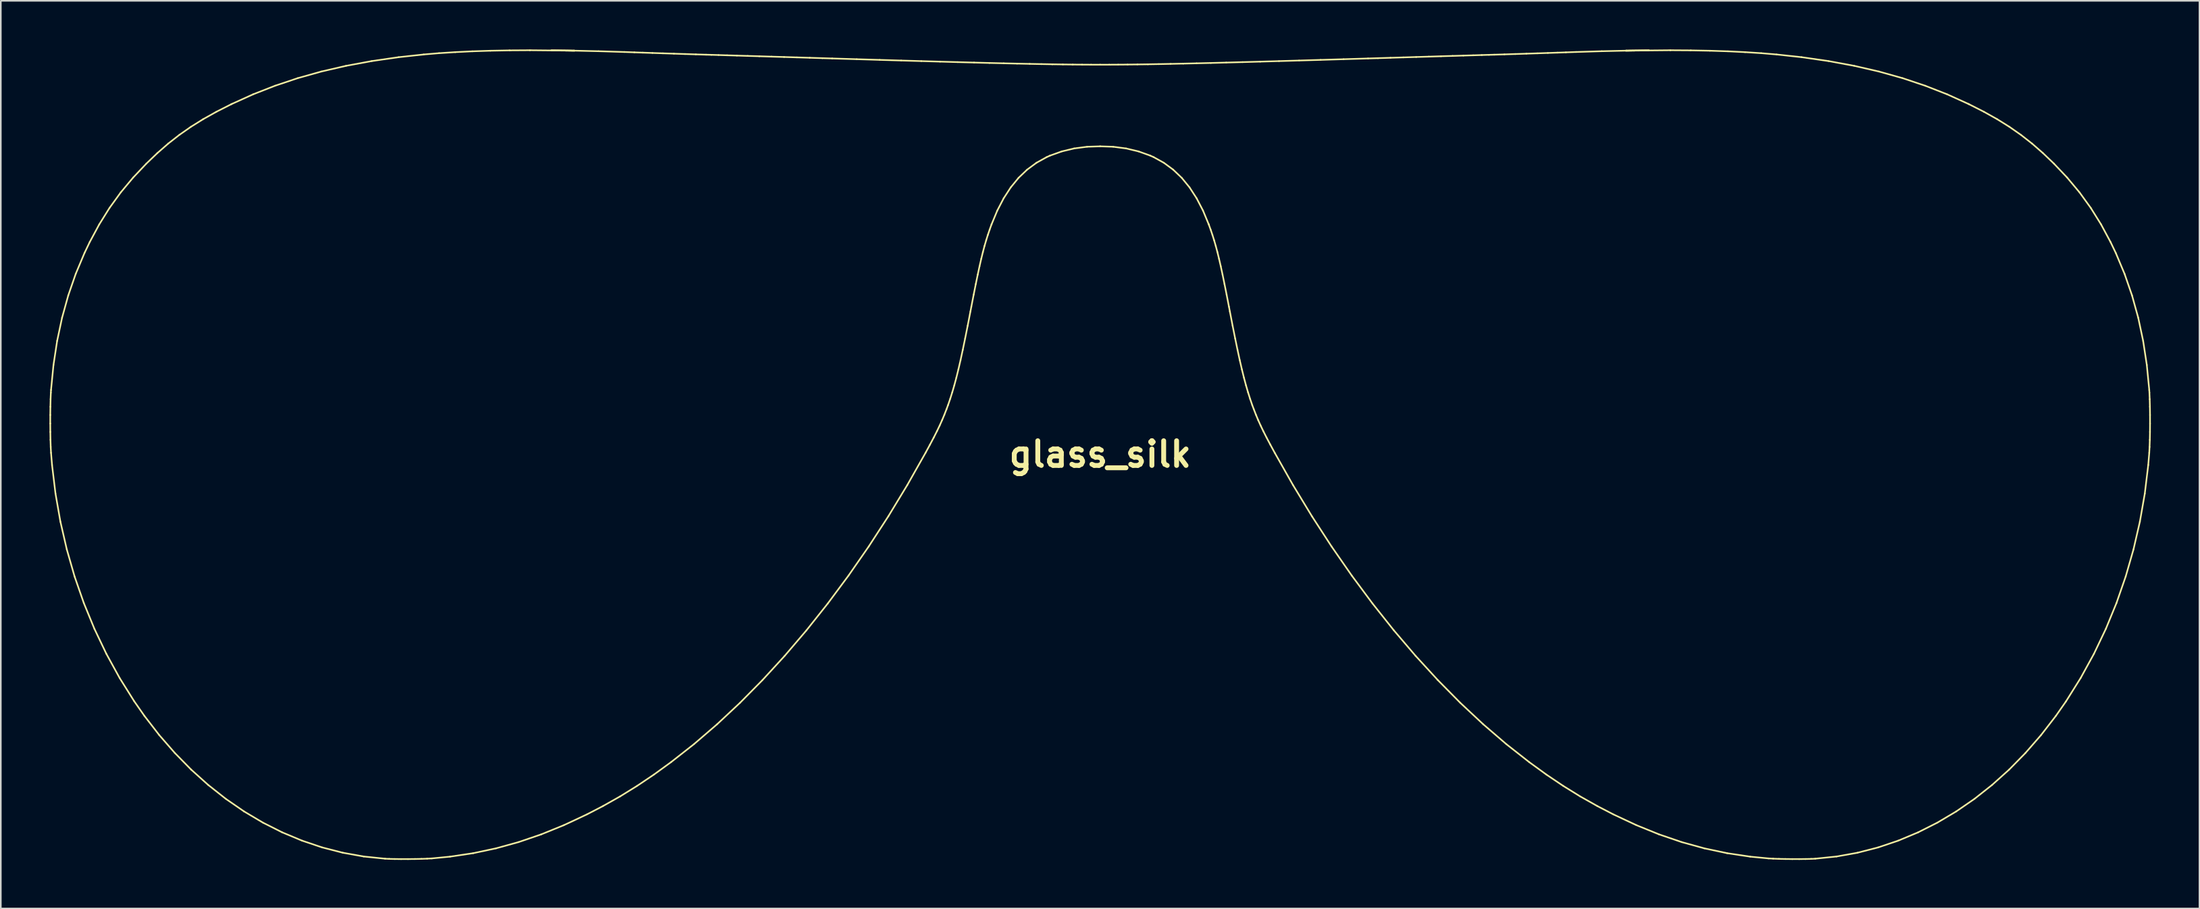
<source format=kicad_pcb>
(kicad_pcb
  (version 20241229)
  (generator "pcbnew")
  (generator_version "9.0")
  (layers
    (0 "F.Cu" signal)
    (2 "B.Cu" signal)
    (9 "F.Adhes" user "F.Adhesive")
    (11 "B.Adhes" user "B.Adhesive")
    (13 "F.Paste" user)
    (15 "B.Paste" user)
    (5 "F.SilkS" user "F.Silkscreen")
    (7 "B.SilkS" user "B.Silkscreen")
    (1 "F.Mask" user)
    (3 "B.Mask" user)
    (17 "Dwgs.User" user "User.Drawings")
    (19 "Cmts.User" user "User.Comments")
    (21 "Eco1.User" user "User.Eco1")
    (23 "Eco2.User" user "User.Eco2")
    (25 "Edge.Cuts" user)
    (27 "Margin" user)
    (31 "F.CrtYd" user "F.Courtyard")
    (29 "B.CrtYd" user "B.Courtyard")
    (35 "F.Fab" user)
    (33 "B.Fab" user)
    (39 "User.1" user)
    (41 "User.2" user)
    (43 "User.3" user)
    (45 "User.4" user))
  (footprint "glass_silk"
    (layer "F.Cu")
    (at 64.815 5.978)
    (property "Reference" "glass_silk" (at 0 19 0) (layer "F.SilkS") (effects (font (size 1.524 1.524) (thickness 0.3))))
    (attr through_hole)
    (fp_line (start -64.765 17.101) (end -64.764 16.576) (stroke (width 0.1) (type solid)) (layer "F.SilkS"))
    (fp_line (start -64.764 16.576) (end -64.757 16.069) (stroke (width 0.1) (type solid)) (layer "F.SilkS"))
    (fp_line (start -64.761 17.621) (end -64.765 17.101) (stroke (width 0.1) (type solid)) (layer "F.SilkS"))
    (fp_line (start -64.757 16.069) (end -64.745 15.602) (stroke (width 0.1) (type solid)) (layer "F.SilkS"))
    (fp_line (start -64.752 18.111) (end -64.761 17.621) (stroke (width 0.1) (type solid)) (layer "F.SilkS"))
    (fp_line (start -64.745 15.602) (end -64.728 15.2) (stroke (width 0.1) (type solid)) (layer "F.SilkS"))
    (fp_line (start -64.737 18.548) (end -64.752 18.111) (stroke (width 0.1) (type solid)) (layer "F.SilkS"))
    (fp_line (start -64.728 15.2) (end -64.717 15.033) (stroke (width 0.1) (type solid)) (layer "F.SilkS"))
    (fp_line (start -64.717 15.033) (end -64.566 13.489) (stroke (width 0.1) (type solid)) (layer "F.SilkS"))
    (fp_line (start -64.717 18.91) (end -64.737 18.548) (stroke (width 0.1) (type solid)) (layer "F.SilkS"))
    (fp_line (start -64.655 19.66) (end -64.717 18.91) (stroke (width 0.1) (type solid)) (layer "F.SilkS"))
    (fp_line (start -64.566 13.489) (end -64.34 12.005) (stroke (width 0.1) (type solid)) (layer "F.SilkS"))
    (fp_line (start -64.442 21.425) (end -64.655 19.66) (stroke (width 0.1) (type solid)) (layer "F.SilkS"))
    (fp_line (start -64.34 12.005) (end -64.037 10.578) (stroke (width 0.1) (type solid)) (layer "F.SilkS"))
    (fp_line (start -64.138 23.163) (end -64.442 21.425) (stroke (width 0.1) (type solid)) (layer "F.SilkS"))
    (fp_line (start -64.037 10.578) (end -63.655 9.201) (stroke (width 0.1) (type solid)) (layer "F.SilkS"))
    (fp_line (start -63.744 24.871) (end -64.138 23.163) (stroke (width 0.1) (type solid)) (layer "F.SilkS"))
    (fp_line (start -63.655 9.201) (end -63.194 7.87) (stroke (width 0.1) (type solid)) (layer "F.SilkS"))
    (fp_line (start -63.263 26.544) (end -63.744 24.871) (stroke (width 0.1) (type solid)) (layer "F.SilkS"))
    (fp_line (start -63.194 7.87) (end -62.652 6.58) (stroke (width 0.1) (type solid)) (layer "F.SilkS"))
    (fp_line (start -62.695 28.178) (end -63.263 26.544) (stroke (width 0.1) (type solid)) (layer "F.SilkS"))
    (fp_line (start -62.652 6.58) (end -62.329 5.906) (stroke (width 0.1) (type solid)) (layer "F.SilkS"))
    (fp_line (start -62.329 5.906) (end -61.742 4.815) (stroke (width 0.1) (type solid)) (layer "F.SilkS"))
    (fp_line (start -62.041 29.769) (end -62.695 28.178) (stroke (width 0.1) (type solid)) (layer "F.SilkS"))
    (fp_line (start -61.742 4.815) (end -61.109 3.801) (stroke (width 0.1) (type solid)) (layer "F.SilkS"))
    (fp_line (start -61.304 31.313) (end -62.041 29.769) (stroke (width 0.1) (type solid)) (layer "F.SilkS"))
    (fp_line (start -61.109 3.801) (end -60.416 2.843) (stroke (width 0.1) (type solid)) (layer "F.SilkS"))
    (fp_line (start -60.484 32.806) (end -61.304 31.313) (stroke (width 0.1) (type solid)) (layer "F.SilkS"))
    (fp_line (start -60.416 2.843) (end -59.65 1.926) (stroke (width 0.1) (type solid)) (layer "F.SilkS"))
    (fp_line (start -59.65 1.926) (end -58.833 1.063) (stroke (width 0.1) (type solid)) (layer "F.SilkS"))
    (fp_line (start -59.582 34.245) (end -60.484 32.806) (stroke (width 0.1) (type solid)) (layer "F.SilkS"))
    (fp_line (start -58.955 35.144) (end -59.582 34.245) (stroke (width 0.1) (type solid)) (layer "F.SilkS"))
    (fp_line (start -58.833 1.063) (end -58.159 0.418) (stroke (width 0.1) (type solid)) (layer "F.SilkS"))
    (fp_line (start -58.159 0.418) (end -57.489 -0.167) (stroke (width 0.1) (type solid)) (layer "F.SilkS"))
    (fp_line (start -58.04 36.328) (end -58.955 35.144) (stroke (width 0.1) (type solid)) (layer "F.SilkS"))
    (fp_line (start -57.489 -0.167) (end -56.806 -0.702) (stroke (width 0.1) (type solid)) (layer "F.SilkS"))
    (fp_line (start -57.078 37.433) (end -58.04 36.328) (stroke (width 0.1) (type solid)) (layer "F.SilkS"))
    (fp_line (start -56.806 -0.702) (end -56.094 -1.2) (stroke (width 0.1) (type solid)) (layer "F.SilkS"))
    (fp_line (start -56.094 -1.2) (end -55.335 -1.674) (stroke (width 0.1) (type solid)) (layer "F.SilkS"))
    (fp_line (start -56.072 38.458) (end -57.078 37.433) (stroke (width 0.1) (type solid)) (layer "F.SilkS"))
    (fp_line (start -55.335 -1.674) (end -54.513 -2.134) (stroke (width 0.1) (type solid)) (layer "F.SilkS"))
    (fp_line (start -55.022 39.402) (end -56.072 38.458) (stroke (width 0.1) (type solid)) (layer "F.SilkS"))
    (fp_line (start -54.513 -2.134) (end -53.609 -2.592) (stroke (width 0.1) (type solid)) (layer "F.SilkS"))
    (fp_line (start -53.934 40.262) (end -55.022 39.402) (stroke (width 0.1) (type solid)) (layer "F.SilkS"))
    (fp_line (start -53.609 -2.592) (end -53.56 -2.616) (stroke (width 0.1) (type solid)) (layer "F.SilkS"))
    (fp_line (start -53.56 -2.616) (end -52.252 -3.208) (stroke (width 0.1) (type solid)) (layer "F.SilkS"))
    (fp_line (start -52.808 41.038) (end -53.934 40.262) (stroke (width 0.1) (type solid)) (layer "F.SilkS"))
    (fp_line (start -52.252 -3.208) (end -50.9 -3.737) (stroke (width 0.1) (type solid)) (layer "F.SilkS"))
    (fp_line (start -51.648 41.727) (end -52.808 41.038) (stroke (width 0.1) (type solid)) (layer "F.SilkS"))
    (fp_line (start -50.9 -3.737) (end -49.498 -4.206) (stroke (width 0.1) (type solid)) (layer "F.SilkS"))
    (fp_line (start -50.456 42.328) (end -51.648 41.727) (stroke (width 0.1) (type solid)) (layer "F.SilkS"))
    (fp_line (start -49.498 -4.206) (end -48.04 -4.615) (stroke (width 0.1) (type solid)) (layer "F.SilkS"))
    (fp_line (start -49.235 42.839) (end -50.456 42.328) (stroke (width 0.1) (type solid)) (layer "F.SilkS"))
    (fp_line (start -48.04 -4.615) (end -46.519 -4.966) (stroke (width 0.1) (type solid)) (layer "F.SilkS"))
    (fp_line (start -47.988 43.259) (end -49.235 42.839) (stroke (width 0.1) (type solid)) (layer "F.SilkS"))
    (fp_line (start -46.717 43.586) (end -47.988 43.259) (stroke (width 0.1) (type solid)) (layer "F.SilkS"))
    (fp_line (start -46.519 -4.966) (end -44.932 -5.26) (stroke (width 0.1) (type solid)) (layer "F.SilkS"))
    (fp_line (start -45.425 43.818) (end -46.717 43.586) (stroke (width 0.1) (type solid)) (layer "F.SilkS"))
    (fp_line (start -44.932 -5.26) (end -43.27 -5.5) (stroke (width 0.1) (type solid)) (layer "F.SilkS"))
    (fp_line (start -44.114 43.953) (end -45.425 43.818) (stroke (width 0.1) (type solid)) (layer "F.SilkS"))
    (fp_line (start -43.859 43.965) (end -44.114 43.953) (stroke (width 0.1) (type solid)) (layer "F.SilkS"))
    (fp_line (start -43.515 43.973) (end -43.859 43.965) (stroke (width 0.1) (type solid)) (layer "F.SilkS"))
    (fp_line (start -43.27 -5.5) (end -41.729 -5.667) (stroke (width 0.1) (type solid)) (layer "F.SilkS"))
    (fp_line (start -43.12 43.977) (end -43.515 43.973) (stroke (width 0.1) (type solid)) (layer "F.SilkS"))
    (fp_line (start -42.698 43.977) (end -43.12 43.977) (stroke (width 0.1) (type solid)) (layer "F.SilkS"))
    (fp_line (start -42.274 43.972) (end -42.698 43.977) (stroke (width 0.1) (type solid)) (layer "F.SilkS"))
    (fp_line (start -41.871 43.964) (end -42.274 43.972) (stroke (width 0.1) (type solid)) (layer "F.SilkS"))
    (fp_line (start -41.729 -5.667) (end -40.78 -5.747) (stroke (width 0.1) (type solid)) (layer "F.SilkS"))
    (fp_line (start -41.516 43.951) (end -41.871 43.964) (stroke (width 0.1) (type solid)) (layer "F.SilkS"))
    (fp_line (start -41.231 43.936) (end -41.516 43.951) (stroke (width 0.1) (type solid)) (layer "F.SilkS"))
    (fp_line (start -40.78 -5.747) (end -39.781 -5.811) (stroke (width 0.1) (type solid)) (layer "F.SilkS"))
    (fp_line (start -40.102 43.827) (end -41.231 43.936) (stroke (width 0.1) (type solid)) (layer "F.SilkS"))
    (fp_line (start -39.781 -5.811) (end -38.726 -5.862) (stroke (width 0.1) (type solid)) (layer "F.SilkS"))
    (fp_line (start -38.726 -5.862) (end -37.61 -5.898) (stroke (width 0.1) (type solid)) (layer "F.SilkS"))
    (fp_line (start -38.678 43.614) (end -40.102 43.827) (stroke (width 0.1) (type solid)) (layer "F.SilkS"))
    (fp_line (start -37.61 -5.898) (end -36.429 -5.92) (stroke (width 0.1) (type solid)) (layer "F.SilkS"))
    (fp_line (start -37.272 43.315) (end -38.678 43.614) (stroke (width 0.1) (type solid)) (layer "F.SilkS"))
    (fp_line (start -36.429 -5.92) (end -35.176 -5.928) (stroke (width 0.1) (type solid)) (layer "F.SilkS"))
    (fp_line (start -35.875 42.929) (end -37.272 43.315) (stroke (width 0.1) (type solid)) (layer "F.SilkS"))
    (fp_line (start -35.176 -5.928) (end -32.437 -5.902) (stroke (width 0.1) (type solid)) (layer "F.SilkS"))
    (fp_line (start -34.48 42.453) (end -35.875 42.929) (stroke (width 0.1) (type solid)) (layer "F.SilkS"))
    (fp_line (start -33.847 -5.922) (end -32.437 -5.902) (stroke (width 0.1) (type solid)) (layer "F.SilkS"))
    (fp_line (start -33.079 41.884) (end -34.48 42.453) (stroke (width 0.1) (type solid)) (layer "F.SilkS"))
    (fp_line (start -32.437 -5.902) (end -33.847 -5.922) (stroke (width 0.1) (type solid)) (layer "F.SilkS"))
    (fp_line (start -32.437 -5.902) (end -30.94 -5.868) (stroke (width 0.1) (type solid)) (layer "F.SilkS"))
    (fp_line (start -31.663 41.221) (end -33.079 41.884) (stroke (width 0.1) (type solid)) (layer "F.SilkS"))
    (fp_line (start -30.94 -5.868) (end -29.352 -5.82) (stroke (width 0.1) (type solid)) (layer "F.SilkS"))
    (fp_line (start -30.673 40.708) (end -31.663 41.221) (stroke (width 0.1) (type solid)) (layer "F.SilkS"))
    (fp_line (start -29.608 40.107) (end -30.673 40.708) (stroke (width 0.1) (type solid)) (layer "F.SilkS"))
    (fp_line (start -29.352 -5.82) (end -28.73 -5.798) (stroke (width 0.1) (type solid)) (layer "F.SilkS"))
    (fp_line (start -28.73 -5.798) (end -28.213 -5.78) (stroke (width 0.1) (type solid)) (layer "F.SilkS"))
    (fp_line (start -28.569 39.464) (end -29.608 40.107) (stroke (width 0.1) (type solid)) (layer "F.SilkS"))
    (fp_line (start -28.213 -5.78) (end -27.619 -5.76) (stroke (width 0.1) (type solid)) (layer "F.SilkS"))
    (fp_line (start -27.619 -5.76) (end -26.971 -5.738) (stroke (width 0.1) (type solid)) (layer "F.SilkS"))
    (fp_line (start -27.531 38.766) (end -28.569 39.464) (stroke (width 0.1) (type solid)) (layer "F.SilkS"))
    (fp_line (start -26.971 -5.738) (end -26.294 -5.716) (stroke (width 0.1) (type solid)) (layer "F.SilkS"))
    (fp_line (start -26.469 37.995) (end -27.531 38.766) (stroke (width 0.1) (type solid)) (layer "F.SilkS"))
    (fp_line (start -26.294 -5.716) (end -25.609 -5.694) (stroke (width 0.1) (type solid)) (layer "F.SilkS"))
    (fp_line (start -25.609 -5.694) (end -24.941 -5.673) (stroke (width 0.1) (type solid)) (layer "F.SilkS"))
    (fp_line (start -25.058 36.887) (end -26.469 37.995) (stroke (width 0.1) (type solid)) (layer "F.SilkS"))
    (fp_line (start -24.941 -5.673) (end -24.311 -5.654) (stroke (width 0.1) (type solid)) (layer "F.SilkS"))
    (fp_line (start -24.311 -5.654) (end -23.983 -5.645) (stroke (width 0.1) (type solid)) (layer "F.SilkS"))
    (fp_line (start -23.983 -5.645) (end -23.541 -5.632) (stroke (width 0.1) (type solid)) (layer "F.SilkS"))
    (fp_line (start -23.63 35.659) (end -25.058 36.887) (stroke (width 0.1) (type solid)) (layer "F.SilkS"))
    (fp_line (start -23.541 -5.632) (end -23.012 -5.616) (stroke (width 0.1) (type solid)) (layer "F.SilkS"))
    (fp_line (start -23.012 -5.616) (end -22.408 -5.598) (stroke (width 0.1) (type solid)) (layer "F.SilkS"))
    (fp_line (start -22.408 -5.598) (end -21.742 -5.578) (stroke (width 0.1) (type solid)) (layer "F.SilkS"))
    (fp_line (start -22.219 34.339) (end -23.63 35.659) (stroke (width 0.1) (type solid)) (layer "F.SilkS"))
    (fp_line (start -21.742 -5.578) (end -21.026 -5.557) (stroke (width 0.1) (type solid)) (layer "F.SilkS"))
    (fp_line (start -21.026 -5.557) (end -20.273 -5.534) (stroke (width 0.1) (type solid)) (layer "F.SilkS"))
    (fp_line (start -20.828 32.931) (end -22.219 34.339) (stroke (width 0.1) (type solid)) (layer "F.SilkS"))
    (fp_line (start -20.273 -5.534) (end -19.495 -5.511) (stroke (width 0.1) (type solid)) (layer "F.SilkS"))
    (fp_line (start -19.495 -5.511) (end -18.705 -5.487) (stroke (width 0.1) (type solid)) (layer "F.SilkS"))
    (fp_line (start -19.46 31.438) (end -20.828 32.931) (stroke (width 0.1) (type solid)) (layer "F.SilkS"))
    (fp_line (start -18.705 -5.487) (end -17.915 -5.463) (stroke (width 0.1) (type solid)) (layer "F.SilkS"))
    (fp_line (start -18.118 29.864) (end -19.46 31.438) (stroke (width 0.1) (type solid)) (layer "F.SilkS"))
    (fp_line (start -17.915 -5.463) (end -17.137 -5.439) (stroke (width 0.1) (type solid)) (layer "F.SilkS"))
    (fp_line (start -17.137 -5.439) (end -16.527 -5.421) (stroke (width 0.1) (type solid)) (layer "F.SilkS"))
    (fp_line (start -16.805 28.212) (end -18.118 29.864) (stroke (width 0.1) (type solid)) (layer "F.SilkS"))
    (fp_line (start -16.527 -5.421) (end -15.016 -5.375) (stroke (width 0.1) (type solid)) (layer "F.SilkS"))
    (fp_line (start -15.523 26.486) (end -16.805 28.212) (stroke (width 0.1) (type solid)) (layer "F.SilkS"))
    (fp_line (start -15.016 -5.375) (end -13.6 -5.333) (stroke (width 0.1) (type solid)) (layer "F.SilkS"))
    (fp_line (start -14.276 24.69) (end -15.523 26.486) (stroke (width 0.1) (type solid)) (layer "F.SilkS"))
    (fp_line (start -13.6 -5.333) (end -12.274 -5.294) (stroke (width 0.1) (type solid)) (layer "F.SilkS"))
    (fp_line (start -13.066 22.827) (end -14.276 24.69) (stroke (width 0.1) (type solid)) (layer "F.SilkS"))
    (fp_line (start -12.274 -5.294) (end -11.033 -5.258) (stroke (width 0.1) (type solid)) (layer "F.SilkS"))
    (fp_line (start -11.897 20.9) (end -13.066 22.827) (stroke (width 0.1) (type solid)) (layer "F.SilkS"))
    (fp_line (start -11.033 -5.258) (end -9.873 -5.225) (stroke (width 0.1) (type solid)) (layer "F.SilkS"))
    (fp_line (start -10.772 18.913) (end -11.897 20.9) (stroke (width 0.1) (type solid)) (layer "F.SilkS"))
    (fp_line (start -10.498 18.408) (end -10.772 18.913) (stroke (width 0.1) (type solid)) (layer "F.SilkS"))
    (fp_line (start -10.265 17.968) (end -10.498 18.408) (stroke (width 0.1) (type solid)) (layer "F.SilkS"))
    (fp_line (start -10.068 17.579) (end -10.265 17.968) (stroke (width 0.1) (type solid)) (layer "F.SilkS"))
    (fp_line (start -9.899 17.227) (end -10.068 17.579) (stroke (width 0.1) (type solid)) (layer "F.SilkS"))
    (fp_line (start -9.873 -5.225) (end -8.789 -5.195) (stroke (width 0.1) (type solid)) (layer "F.SilkS"))
    (fp_line (start -9.749 16.894) (end -9.899 17.227) (stroke (width 0.1) (type solid)) (layer "F.SilkS"))
    (fp_line (start -9.611 16.563) (end -9.749 16.894) (stroke (width 0.1) (type solid)) (layer "F.SilkS"))
    (fp_line (start -9.477 16.219) (end -9.611 16.563) (stroke (width 0.1) (type solid)) (layer "F.SilkS"))
    (fp_line (start -9.383 15.967) (end -9.477 16.219) (stroke (width 0.1) (type solid)) (layer "F.SilkS"))
    (fp_line (start -9.251 15.583) (end -9.383 15.967) (stroke (width 0.1) (type solid)) (layer "F.SilkS"))
    (fp_line (start -9.123 15.179) (end -9.251 15.583) (stroke (width 0.1) (type solid)) (layer "F.SilkS"))
    (fp_line (start -8.997 14.747) (end -9.123 15.179) (stroke (width 0.1) (type solid)) (layer "F.SilkS"))
    (fp_line (start -8.871 14.278) (end -8.997 14.747) (stroke (width 0.1) (type solid)) (layer "F.SilkS"))
    (fp_line (start -8.789 -5.195) (end -7.776 -5.168) (stroke (width 0.1) (type solid)) (layer "F.SilkS"))
    (fp_line (start -8.744 13.764) (end -8.871 14.278) (stroke (width 0.1) (type solid)) (layer "F.SilkS"))
    (fp_line (start -8.612 13.194) (end -8.744 13.764) (stroke (width 0.1) (type solid)) (layer "F.SilkS"))
    (fp_line (start -8.475 12.561) (end -8.612 13.194) (stroke (width 0.1) (type solid)) (layer "F.SilkS"))
    (fp_line (start -8.329 11.856) (end -8.475 12.561) (stroke (width 0.1) (type solid)) (layer "F.SilkS"))
    (fp_line (start -8.172 11.071) (end -8.329 11.856) (stroke (width 0.1) (type solid)) (layer "F.SilkS"))
    (fp_line (start -8.003 10.195) (end -8.172 11.071) (stroke (width 0.1) (type solid)) (layer "F.SilkS"))
    (fp_line (start -7.946 9.896) (end -8.003 10.195) (stroke (width 0.1) (type solid)) (layer "F.SilkS"))
    (fp_line (start -7.802 9.154) (end -7.946 9.896) (stroke (width 0.1) (type solid)) (layer "F.SilkS"))
    (fp_line (start -7.776 -5.168) (end -6.83 -5.143) (stroke (width 0.1) (type solid)) (layer "F.SilkS"))
    (fp_line (start -7.671 8.497) (end -7.802 9.154) (stroke (width 0.1) (type solid)) (layer "F.SilkS"))
    (fp_line (start -7.551 7.915) (end -7.671 8.497) (stroke (width 0.1) (type solid)) (layer "F.SilkS"))
    (fp_line (start -7.44 7.399) (end -7.551 7.915) (stroke (width 0.1) (type solid)) (layer "F.SilkS"))
    (fp_line (start -7.334 6.938) (end -7.44 7.399) (stroke (width 0.1) (type solid)) (layer "F.SilkS"))
    (fp_line (start -7.233 6.525) (end -7.334 6.938) (stroke (width 0.1) (type solid)) (layer "F.SilkS"))
    (fp_line (start -7.133 6.148) (end -7.233 6.525) (stroke (width 0.1) (type solid)) (layer "F.SilkS"))
    (fp_line (start -7.031 5.799) (end -7.133 6.148) (stroke (width 0.1) (type solid)) (layer "F.SilkS"))
    (fp_line (start -6.927 5.467) (end -7.031 5.799) (stroke (width 0.1) (type solid)) (layer "F.SilkS"))
    (fp_line (start -6.83 -5.143) (end -5.947 -5.122) (stroke (width 0.1) (type solid)) (layer "F.SilkS"))
    (fp_line (start -6.817 5.143) (end -6.927 5.467) (stroke (width 0.1) (type solid)) (layer "F.SilkS"))
    (fp_line (start -6.7 4.818) (end -6.817 5.143) (stroke (width 0.1) (type solid)) (layer "F.SilkS"))
    (fp_line (start -6.697 4.812) (end -6.7 4.818) (stroke (width 0.1) (type solid)) (layer "F.SilkS"))
    (fp_line (start -6.345 3.964) (end -6.697 4.812) (stroke (width 0.1) (type solid)) (layer "F.SilkS"))
    (fp_line (start -5.951 3.206) (end -6.345 3.964) (stroke (width 0.1) (type solid)) (layer "F.SilkS"))
    (fp_line (start -5.947 -5.122) (end -5.121 -5.103) (stroke (width 0.1) (type solid)) (layer "F.SilkS"))
    (fp_line (start -5.515 2.534) (end -5.951 3.206) (stroke (width 0.1) (type solid)) (layer "F.SilkS"))
    (fp_line (start -5.121 -5.103) (end -4.348 -5.087) (stroke (width 0.1) (type solid)) (layer "F.SilkS"))
    (fp_line (start -5.034 1.946) (end -5.515 2.534) (stroke (width 0.1) (type solid)) (layer "F.SilkS"))
    (fp_line (start -4.506 1.441) (end -5.034 1.946) (stroke (width 0.1) (type solid)) (layer "F.SilkS"))
    (fp_line (start -4.348 -5.087) (end -3.623 -5.073) (stroke (width 0.1) (type solid)) (layer "F.SilkS"))
    (fp_line (start -3.93 1.016) (end -4.506 1.441) (stroke (width 0.1) (type solid)) (layer "F.SilkS"))
    (fp_line (start -3.623 -5.073) (end -2.942 -5.061) (stroke (width 0.1) (type solid)) (layer "F.SilkS"))
    (fp_line (start -3.304 0.669) (end -3.93 1.016) (stroke (width 0.1) (type solid)) (layer "F.SilkS"))
    (fp_line (start -3.092 0.573) (end -3.304 0.669) (stroke (width 0.1) (type solid)) (layer "F.SilkS"))
    (fp_line (start -2.942 -5.061) (end -2.3 -5.052) (stroke (width 0.1) (type solid)) (layer "F.SilkS"))
    (fp_line (start -2.368 0.314) (end -3.092 0.573) (stroke (width 0.1) (type solid)) (layer "F.SilkS"))
    (fp_line (start -2.3 -5.052) (end -1.692 -5.045) (stroke (width 0.1) (type solid)) (layer "F.SilkS"))
    (fp_line (start -1.692 -5.045) (end -1.114 -5.04) (stroke (width 0.1) (type solid)) (layer "F.SilkS"))
    (fp_line (start -1.601 0.131) (end -2.368 0.314) (stroke (width 0.1) (type solid)) (layer "F.SilkS"))
    (fp_line (start -1.114 -5.04) (end -0.561 -5.037) (stroke (width 0.1) (type solid)) (layer "F.SilkS"))
    (fp_line (start -0.807 0.027) (end -1.601 0.131) (stroke (width 0.1) (type solid)) (layer "F.SilkS"))
    (fp_line (start -0.561 -5.037) (end 0 -5.036) (stroke (width 0.1) (type solid)) (layer "F.SilkS"))
    (fp_line (start 0 -5.036) (end 0.561 -5.037) (stroke (width 0.1) (type solid)) (layer "F.SilkS"))
    (fp_line (start 0 0) (end -0.807 0.027) (stroke (width 0.1) (type solid)) (layer "F.SilkS"))
    (fp_line (start 0.561 -5.037) (end 1.114 -5.04) (stroke (width 0.1) (type solid)) (layer "F.SilkS"))
    (fp_line (start 0.807 0.027) (end 0 0) (stroke (width 0.1) (type solid)) (layer "F.SilkS"))
    (fp_line (start 1.114 -5.04) (end 1.692 -5.045) (stroke (width 0.1) (type solid)) (layer "F.SilkS"))
    (fp_line (start 1.601 0.131) (end 0.807 0.027) (stroke (width 0.1) (type solid)) (layer "F.SilkS"))
    (fp_line (start 1.692 -5.045) (end 2.3 -5.052) (stroke (width 0.1) (type solid)) (layer "F.SilkS"))
    (fp_line (start 2.3 -5.052) (end 2.942 -5.061) (stroke (width 0.1) (type solid)) (layer "F.SilkS"))
    (fp_line (start 2.368 0.314) (end 1.601 0.131) (stroke (width 0.1) (type solid)) (layer "F.SilkS"))
    (fp_line (start 2.942 -5.061) (end 3.623 -5.073) (stroke (width 0.1) (type solid)) (layer "F.SilkS"))
    (fp_line (start 3.092 0.573) (end 2.368 0.314) (stroke (width 0.1) (type solid)) (layer "F.SilkS"))
    (fp_line (start 3.304 0.669) (end 3.092 0.573) (stroke (width 0.1) (type solid)) (layer "F.SilkS"))
    (fp_line (start 3.623 -5.073) (end 4.348 -5.087) (stroke (width 0.1) (type solid)) (layer "F.SilkS"))
    (fp_line (start 3.93 1.016) (end 3.304 0.669) (stroke (width 0.1) (type solid)) (layer "F.SilkS"))
    (fp_line (start 4.348 -5.087) (end 5.121 -5.103) (stroke (width 0.1) (type solid)) (layer "F.SilkS"))
    (fp_line (start 4.506 1.441) (end 3.93 1.016) (stroke (width 0.1) (type solid)) (layer "F.SilkS"))
    (fp_line (start 5.034 1.946) (end 4.506 1.441) (stroke (width 0.1) (type solid)) (layer "F.SilkS"))
    (fp_line (start 5.121 -5.103) (end 5.947 -5.122) (stroke (width 0.1) (type solid)) (layer "F.SilkS"))
    (fp_line (start 5.515 2.534) (end 5.034 1.946) (stroke (width 0.1) (type solid)) (layer "F.SilkS"))
    (fp_line (start 5.947 -5.122) (end 6.83 -5.143) (stroke (width 0.1) (type solid)) (layer "F.SilkS"))
    (fp_line (start 5.951 3.206) (end 5.515 2.534) (stroke (width 0.1) (type solid)) (layer "F.SilkS"))
    (fp_line (start 6.345 3.964) (end 5.951 3.206) (stroke (width 0.1) (type solid)) (layer "F.SilkS"))
    (fp_line (start 6.697 4.812) (end 6.345 3.964) (stroke (width 0.1) (type solid)) (layer "F.SilkS"))
    (fp_line (start 6.7 4.818) (end 6.697 4.812) (stroke (width 0.1) (type solid)) (layer "F.SilkS"))
    (fp_line (start 6.817 5.143) (end 6.7 4.818) (stroke (width 0.1) (type solid)) (layer "F.SilkS"))
    (fp_line (start 6.83 -5.143) (end 7.776 -5.168) (stroke (width 0.1) (type solid)) (layer "F.SilkS"))
    (fp_line (start 6.927 5.467) (end 6.817 5.143) (stroke (width 0.1) (type solid)) (layer "F.SilkS"))
    (fp_line (start 7.031 5.799) (end 6.927 5.467) (stroke (width 0.1) (type solid)) (layer "F.SilkS"))
    (fp_line (start 7.133 6.148) (end 7.031 5.799) (stroke (width 0.1) (type solid)) (layer "F.SilkS"))
    (fp_line (start 7.233 6.525) (end 7.133 6.148) (stroke (width 0.1) (type solid)) (layer "F.SilkS"))
    (fp_line (start 7.334 6.938) (end 7.233 6.525) (stroke (width 0.1) (type solid)) (layer "F.SilkS"))
    (fp_line (start 7.44 7.399) (end 7.334 6.938) (stroke (width 0.1) (type solid)) (layer "F.SilkS"))
    (fp_line (start 7.551 7.915) (end 7.44 7.399) (stroke (width 0.1) (type solid)) (layer "F.SilkS"))
    (fp_line (start 7.671 8.497) (end 7.551 7.915) (stroke (width 0.1) (type solid)) (layer "F.SilkS"))
    (fp_line (start 7.776 -5.168) (end 8.789 -5.195) (stroke (width 0.1) (type solid)) (layer "F.SilkS"))
    (fp_line (start 7.802 9.154) (end 7.671 8.497) (stroke (width 0.1) (type solid)) (layer "F.SilkS"))
    (fp_line (start 7.946 9.896) (end 7.802 9.154) (stroke (width 0.1) (type solid)) (layer "F.SilkS"))
    (fp_line (start 8.003 10.195) (end 7.946 9.896) (stroke (width 0.1) (type solid)) (layer "F.SilkS"))
    (fp_line (start 8.172 11.071) (end 8.003 10.195) (stroke (width 0.1) (type solid)) (layer "F.SilkS"))
    (fp_line (start 8.329 11.856) (end 8.172 11.071) (stroke (width 0.1) (type solid)) (layer "F.SilkS"))
    (fp_line (start 8.475 12.561) (end 8.329 11.856) (stroke (width 0.1) (type solid)) (layer "F.SilkS"))
    (fp_line (start 8.612 13.194) (end 8.475 12.561) (stroke (width 0.1) (type solid)) (layer "F.SilkS"))
    (fp_line (start 8.744 13.764) (end 8.612 13.194) (stroke (width 0.1) (type solid)) (layer "F.SilkS"))
    (fp_line (start 8.789 -5.195) (end 9.873 -5.225) (stroke (width 0.1) (type solid)) (layer "F.SilkS"))
    (fp_line (start 8.871 14.278) (end 8.744 13.764) (stroke (width 0.1) (type solid)) (layer "F.SilkS"))
    (fp_line (start 8.997 14.747) (end 8.871 14.278) (stroke (width 0.1) (type solid)) (layer "F.SilkS"))
    (fp_line (start 9.123 15.179) (end 8.997 14.747) (stroke (width 0.1) (type solid)) (layer "F.SilkS"))
    (fp_line (start 9.251 15.583) (end 9.123 15.179) (stroke (width 0.1) (type solid)) (layer "F.SilkS"))
    (fp_line (start 9.383 15.967) (end 9.251 15.583) (stroke (width 0.1) (type solid)) (layer "F.SilkS"))
    (fp_line (start 9.477 16.219) (end 9.383 15.967) (stroke (width 0.1) (type solid)) (layer "F.SilkS"))
    (fp_line (start 9.611 16.563) (end 9.477 16.219) (stroke (width 0.1) (type solid)) (layer "F.SilkS"))
    (fp_line (start 9.749 16.894) (end 9.611 16.563) (stroke (width 0.1) (type solid)) (layer "F.SilkS"))
    (fp_line (start 9.873 -5.225) (end 11.033 -5.258) (stroke (width 0.1) (type solid)) (layer "F.SilkS"))
    (fp_line (start 9.899 17.227) (end 9.749 16.894) (stroke (width 0.1) (type solid)) (layer "F.SilkS"))
    (fp_line (start 10.068 17.579) (end 9.899 17.227) (stroke (width 0.1) (type solid)) (layer "F.SilkS"))
    (fp_line (start 10.265 17.968) (end 10.068 17.579) (stroke (width 0.1) (type solid)) (layer "F.SilkS"))
    (fp_line (start 10.498 18.408) (end 10.265 17.968) (stroke (width 0.1) (type solid)) (layer "F.SilkS"))
    (fp_line (start 10.772 18.913) (end 10.498 18.408) (stroke (width 0.1) (type solid)) (layer "F.SilkS"))
    (fp_line (start 11.033 -5.258) (end 12.274 -5.294) (stroke (width 0.1) (type solid)) (layer "F.SilkS"))
    (fp_line (start 11.897 20.9) (end 10.772 18.913) (stroke (width 0.1) (type solid)) (layer "F.SilkS"))
    (fp_line (start 12.274 -5.294) (end 13.6 -5.333) (stroke (width 0.1) (type solid)) (layer "F.SilkS"))
    (fp_line (start 13.066 22.827) (end 11.897 20.9) (stroke (width 0.1) (type solid)) (layer "F.SilkS"))
    (fp_line (start 13.6 -5.333) (end 15.016 -5.375) (stroke (width 0.1) (type solid)) (layer "F.SilkS"))
    (fp_line (start 14.276 24.69) (end 13.066 22.827) (stroke (width 0.1) (type solid)) (layer "F.SilkS"))
    (fp_line (start 15.016 -5.375) (end 16.527 -5.421) (stroke (width 0.1) (type solid)) (layer "F.SilkS"))
    (fp_line (start 15.523 26.486) (end 14.276 24.69) (stroke (width 0.1) (type solid)) (layer "F.SilkS"))
    (fp_line (start 16.527 -5.421) (end 17.137 -5.439) (stroke (width 0.1) (type solid)) (layer "F.SilkS"))
    (fp_line (start 16.805 28.212) (end 15.523 26.486) (stroke (width 0.1) (type solid)) (layer "F.SilkS"))
    (fp_line (start 17.137 -5.439) (end 17.915 -5.463) (stroke (width 0.1) (type solid)) (layer "F.SilkS"))
    (fp_line (start 17.915 -5.463) (end 18.705 -5.487) (stroke (width 0.1) (type solid)) (layer "F.SilkS"))
    (fp_line (start 18.118 29.864) (end 16.805 28.212) (stroke (width 0.1) (type solid)) (layer "F.SilkS"))
    (fp_line (start 18.705 -5.487) (end 19.495 -5.511) (stroke (width 0.1) (type solid)) (layer "F.SilkS"))
    (fp_line (start 19.46 31.438) (end 18.118 29.864) (stroke (width 0.1) (type solid)) (layer "F.SilkS"))
    (fp_line (start 19.495 -5.511) (end 20.273 -5.534) (stroke (width 0.1) (type solid)) (layer "F.SilkS"))
    (fp_line (start 20.273 -5.534) (end 21.026 -5.557) (stroke (width 0.1) (type solid)) (layer "F.SilkS"))
    (fp_line (start 20.828 32.931) (end 19.46 31.438) (stroke (width 0.1) (type solid)) (layer "F.SilkS"))
    (fp_line (start 21.026 -5.557) (end 21.742 -5.578) (stroke (width 0.1) (type solid)) (layer "F.SilkS"))
    (fp_line (start 21.742 -5.578) (end 22.408 -5.598) (stroke (width 0.1) (type solid)) (layer "F.SilkS"))
    (fp_line (start 22.219 34.339) (end 20.828 32.931) (stroke (width 0.1) (type solid)) (layer "F.SilkS"))
    (fp_line (start 22.408 -5.598) (end 23.012 -5.616) (stroke (width 0.1) (type solid)) (layer "F.SilkS"))
    (fp_line (start 23.012 -5.616) (end 23.541 -5.632) (stroke (width 0.1) (type solid)) (layer "F.SilkS"))
    (fp_line (start 23.541 -5.632) (end 23.983 -5.645) (stroke (width 0.1) (type solid)) (layer "F.SilkS"))
    (fp_line (start 23.63 35.659) (end 22.219 34.339) (stroke (width 0.1) (type solid)) (layer "F.SilkS"))
    (fp_line (start 23.983 -5.645) (end 24.311 -5.654) (stroke (width 0.1) (type solid)) (layer "F.SilkS"))
    (fp_line (start 24.311 -5.654) (end 24.941 -5.673) (stroke (width 0.1) (type solid)) (layer "F.SilkS"))
    (fp_line (start 24.941 -5.673) (end 25.609 -5.694) (stroke (width 0.1) (type solid)) (layer "F.SilkS"))
    (fp_line (start 25.058 36.887) (end 23.63 35.659) (stroke (width 0.1) (type solid)) (layer "F.SilkS"))
    (fp_line (start 25.609 -5.694) (end 26.294 -5.716) (stroke (width 0.1) (type solid)) (layer "F.SilkS"))
    (fp_line (start 26.294 -5.716) (end 26.971 -5.738) (stroke (width 0.1) (type solid)) (layer "F.SilkS"))
    (fp_line (start 26.469 37.995) (end 25.058 36.887) (stroke (width 0.1) (type solid)) (layer "F.SilkS"))
    (fp_line (start 26.971 -5.738) (end 27.619 -5.76) (stroke (width 0.1) (type solid)) (layer "F.SilkS"))
    (fp_line (start 27.531 38.766) (end 26.469 37.995) (stroke (width 0.1) (type solid)) (layer "F.SilkS"))
    (fp_line (start 27.619 -5.76) (end 28.213 -5.78) (stroke (width 0.1) (type solid)) (layer "F.SilkS"))
    (fp_line (start 28.213 -5.78) (end 28.73 -5.798) (stroke (width 0.1) (type solid)) (layer "F.SilkS"))
    (fp_line (start 28.569 39.464) (end 27.531 38.766) (stroke (width 0.1) (type solid)) (layer "F.SilkS"))
    (fp_line (start 28.73 -5.798) (end 29.352 -5.82) (stroke (width 0.1) (type solid)) (layer "F.SilkS"))
    (fp_line (start 29.352 -5.82) (end 30.94 -5.868) (stroke (width 0.1) (type solid)) (layer "F.SilkS"))
    (fp_line (start 29.608 40.107) (end 28.569 39.464) (stroke (width 0.1) (type solid)) (layer "F.SilkS"))
    (fp_line (start 30.673 40.708) (end 29.608 40.107) (stroke (width 0.1) (type solid)) (layer "F.SilkS"))
    (fp_line (start 30.94 -5.868) (end 32.437 -5.902) (stroke (width 0.1) (type solid)) (layer "F.SilkS"))
    (fp_line (start 31.663 41.221) (end 30.673 40.708) (stroke (width 0.1) (type solid)) (layer "F.SilkS"))
    (fp_line (start 32.437 -5.902) (end 33.847 -5.922) (stroke (width 0.1) (type solid)) (layer "F.SilkS"))
    (fp_line (start 32.437 -5.902) (end 35.176 -5.928) (stroke (width 0.1) (type solid)) (layer "F.SilkS"))
    (fp_line (start 33.079 41.884) (end 31.663 41.221) (stroke (width 0.1) (type solid)) (layer "F.SilkS"))
    (fp_line (start 33.847 -5.922) (end 32.437 -5.902) (stroke (width 0.1) (type solid)) (layer "F.SilkS"))
    (fp_line (start 34.48 42.453) (end 33.079 41.884) (stroke (width 0.1) (type solid)) (layer "F.SilkS"))
    (fp_line (start 35.176 -5.928) (end 36.429 -5.92) (stroke (width 0.1) (type solid)) (layer "F.SilkS"))
    (fp_line (start 35.875 42.929) (end 34.48 42.453) (stroke (width 0.1) (type solid)) (layer "F.SilkS"))
    (fp_line (start 36.429 -5.92) (end 37.61 -5.898) (stroke (width 0.1) (type solid)) (layer "F.SilkS"))
    (fp_line (start 37.272 43.315) (end 35.875 42.929) (stroke (width 0.1) (type solid)) (layer "F.SilkS"))
    (fp_line (start 37.61 -5.898) (end 38.726 -5.862) (stroke (width 0.1) (type solid)) (layer "F.SilkS"))
    (fp_line (start 38.678 43.614) (end 37.272 43.315) (stroke (width 0.1) (type solid)) (layer "F.SilkS"))
    (fp_line (start 38.726 -5.862) (end 39.781 -5.811) (stroke (width 0.1) (type solid)) (layer "F.SilkS"))
    (fp_line (start 39.781 -5.811) (end 40.78 -5.747) (stroke (width 0.1) (type solid)) (layer "F.SilkS"))
    (fp_line (start 40.102 43.827) (end 38.678 43.614) (stroke (width 0.1) (type solid)) (layer "F.SilkS"))
    (fp_line (start 40.78 -5.747) (end 41.729 -5.667) (stroke (width 0.1) (type solid)) (layer "F.SilkS"))
    (fp_line (start 41.231 43.936) (end 40.102 43.827) (stroke (width 0.1) (type solid)) (layer "F.SilkS"))
    (fp_line (start 41.516 43.951) (end 41.231 43.936) (stroke (width 0.1) (type solid)) (layer "F.SilkS"))
    (fp_line (start 41.729 -5.667) (end 43.27 -5.5) (stroke (width 0.1) (type solid)) (layer "F.SilkS"))
    (fp_line (start 41.871 43.964) (end 41.516 43.951) (stroke (width 0.1) (type solid)) (layer "F.SilkS"))
    (fp_line (start 42.274 43.972) (end 41.871 43.964) (stroke (width 0.1) (type solid)) (layer "F.SilkS"))
    (fp_line (start 42.698 43.977) (end 42.274 43.972) (stroke (width 0.1) (type solid)) (layer "F.SilkS"))
    (fp_line (start 43.12 43.977) (end 42.698 43.977) (stroke (width 0.1) (type solid)) (layer "F.SilkS"))
    (fp_line (start 43.27 -5.5) (end 44.932 -5.26) (stroke (width 0.1) (type solid)) (layer "F.SilkS"))
    (fp_line (start 43.515 43.973) (end 43.12 43.977) (stroke (width 0.1) (type solid)) (layer "F.SilkS"))
    (fp_line (start 43.859 43.965) (end 43.515 43.973) (stroke (width 0.1) (type solid)) (layer "F.SilkS"))
    (fp_line (start 44.114 43.953) (end 43.859 43.965) (stroke (width 0.1) (type solid)) (layer "F.SilkS"))
    (fp_line (start 44.932 -5.26) (end 46.519 -4.966) (stroke (width 0.1) (type solid)) (layer "F.SilkS"))
    (fp_line (start 45.425 43.818) (end 44.114 43.953) (stroke (width 0.1) (type solid)) (layer "F.SilkS"))
    (fp_line (start 46.519 -4.966) (end 48.04 -4.615) (stroke (width 0.1) (type solid)) (layer "F.SilkS"))
    (fp_line (start 46.717 43.586) (end 45.425 43.818) (stroke (width 0.1) (type solid)) (layer "F.SilkS"))
    (fp_line (start 47.988 43.259) (end 46.717 43.586) (stroke (width 0.1) (type solid)) (layer "F.SilkS"))
    (fp_line (start 48.04 -4.615) (end 49.498 -4.206) (stroke (width 0.1) (type solid)) (layer "F.SilkS"))
    (fp_line (start 49.235 42.839) (end 47.988 43.259) (stroke (width 0.1) (type solid)) (layer "F.SilkS"))
    (fp_line (start 49.498 -4.206) (end 50.9 -3.737) (stroke (width 0.1) (type solid)) (layer "F.SilkS"))
    (fp_line (start 50.456 42.328) (end 49.235 42.839) (stroke (width 0.1) (type solid)) (layer "F.SilkS"))
    (fp_line (start 50.9 -3.737) (end 52.252 -3.208) (stroke (width 0.1) (type solid)) (layer "F.SilkS"))
    (fp_line (start 51.648 41.727) (end 50.456 42.328) (stroke (width 0.1) (type solid)) (layer "F.SilkS"))
    (fp_line (start 52.252 -3.208) (end 53.56 -2.616) (stroke (width 0.1) (type solid)) (layer "F.SilkS"))
    (fp_line (start 52.808 41.038) (end 51.648 41.727) (stroke (width 0.1) (type solid)) (layer "F.SilkS"))
    (fp_line (start 53.56 -2.616) (end 53.609 -2.592) (stroke (width 0.1) (type solid)) (layer "F.SilkS"))
    (fp_line (start 53.609 -2.592) (end 54.513 -2.134) (stroke (width 0.1) (type solid)) (layer "F.SilkS"))
    (fp_line (start 53.934 40.262) (end 52.808 41.038) (stroke (width 0.1) (type solid)) (layer "F.SilkS"))
    (fp_line (start 54.513 -2.134) (end 55.335 -1.674) (stroke (width 0.1) (type solid)) (layer "F.SilkS"))
    (fp_line (start 55.022 39.402) (end 53.934 40.262) (stroke (width 0.1) (type solid)) (layer "F.SilkS"))
    (fp_line (start 55.335 -1.674) (end 56.094 -1.2) (stroke (width 0.1) (type solid)) (layer "F.SilkS"))
    (fp_line (start 56.072 38.458) (end 55.022 39.402) (stroke (width 0.1) (type solid)) (layer "F.SilkS"))
    (fp_line (start 56.094 -1.2) (end 56.806 -0.702) (stroke (width 0.1) (type solid)) (layer "F.SilkS"))
    (fp_line (start 56.806 -0.702) (end 57.489 -0.167) (stroke (width 0.1) (type solid)) (layer "F.SilkS"))
    (fp_line (start 57.078 37.433) (end 56.072 38.458) (stroke (width 0.1) (type solid)) (layer "F.SilkS"))
    (fp_line (start 57.489 -0.167) (end 58.159 0.418) (stroke (width 0.1) (type solid)) (layer "F.SilkS"))
    (fp_line (start 58.04 36.328) (end 57.078 37.433) (stroke (width 0.1) (type solid)) (layer "F.SilkS"))
    (fp_line (start 58.159 0.418) (end 58.833 1.063) (stroke (width 0.1) (type solid)) (layer "F.SilkS"))
    (fp_line (start 58.833 1.063) (end 59.65 1.926) (stroke (width 0.1) (type solid)) (layer "F.SilkS"))
    (fp_line (start 58.955 35.144) (end 58.04 36.328) (stroke (width 0.1) (type solid)) (layer "F.SilkS"))
    (fp_line (start 59.582 34.245) (end 58.955 35.144) (stroke (width 0.1) (type solid)) (layer "F.SilkS"))
    (fp_line (start 59.65 1.926) (end 60.416 2.843) (stroke (width 0.1) (type solid)) (layer "F.SilkS"))
    (fp_line (start 60.416 2.843) (end 61.109 3.801) (stroke (width 0.1) (type solid)) (layer "F.SilkS"))
    (fp_line (start 60.484 32.806) (end 59.582 34.245) (stroke (width 0.1) (type solid)) (layer "F.SilkS"))
    (fp_line (start 61.109 3.801) (end 61.742 4.815) (stroke (width 0.1) (type solid)) (layer "F.SilkS"))
    (fp_line (start 61.304 31.313) (end 60.484 32.806) (stroke (width 0.1) (type solid)) (layer "F.SilkS"))
    (fp_line (start 61.742 4.815) (end 62.329 5.906) (stroke (width 0.1) (type solid)) (layer "F.SilkS"))
    (fp_line (start 62.041 29.769) (end 61.304 31.313) (stroke (width 0.1) (type solid)) (layer "F.SilkS"))
    (fp_line (start 62.329 5.906) (end 62.652 6.58) (stroke (width 0.1) (type solid)) (layer "F.SilkS"))
    (fp_line (start 62.652 6.58) (end 63.194 7.87) (stroke (width 0.1) (type solid)) (layer "F.SilkS"))
    (fp_line (start 62.695 28.178) (end 62.041 29.769) (stroke (width 0.1) (type solid)) (layer "F.SilkS"))
    (fp_line (start 63.194 7.87) (end 63.655 9.201) (stroke (width 0.1) (type solid)) (layer "F.SilkS"))
    (fp_line (start 63.263 26.544) (end 62.695 28.178) (stroke (width 0.1) (type solid)) (layer "F.SilkS"))
    (fp_line (start 63.655 9.201) (end 64.037 10.578) (stroke (width 0.1) (type solid)) (layer "F.SilkS"))
    (fp_line (start 63.744 24.871) (end 63.263 26.544) (stroke (width 0.1) (type solid)) (layer "F.SilkS"))
    (fp_line (start 64.037 10.578) (end 64.34 12.005) (stroke (width 0.1) (type solid)) (layer "F.SilkS"))
    (fp_line (start 64.138 23.163) (end 63.744 24.871) (stroke (width 0.1) (type solid)) (layer "F.SilkS"))
    (fp_line (start 64.34 12.005) (end 64.566 13.489) (stroke (width 0.1) (type solid)) (layer "F.SilkS"))
    (fp_line (start 64.442 21.425) (end 64.138 23.163) (stroke (width 0.1) (type solid)) (layer "F.SilkS"))
    (fp_line (start 64.566 13.489) (end 64.717 15.033) (stroke (width 0.1) (type solid)) (layer "F.SilkS"))
    (fp_line (start 64.655 19.66) (end 64.442 21.425) (stroke (width 0.1) (type solid)) (layer "F.SilkS"))
    (fp_line (start 64.717 18.91) (end 64.655 19.66) (stroke (width 0.1) (type solid)) (layer "F.SilkS"))
    (fp_line (start 64.717 15.033) (end 64.728 15.2) (stroke (width 0.1) (type solid)) (layer "F.SilkS"))
    (fp_line (start 64.728 15.2) (end 64.745 15.602) (stroke (width 0.1) (type solid)) (layer "F.SilkS"))
    (fp_line (start 64.737 18.548) (end 64.717 18.91) (stroke (width 0.1) (type solid)) (layer "F.SilkS"))
    (fp_line (start 64.745 15.602) (end 64.757 16.069) (stroke (width 0.1) (type solid)) (layer "F.SilkS"))
    (fp_line (start 64.752 18.111) (end 64.737 18.548) (stroke (width 0.1) (type solid)) (layer "F.SilkS"))
    (fp_line (start 64.757 16.069) (end 64.764 16.576) (stroke (width 0.1) (type solid)) (layer "F.SilkS"))
    (fp_line (start 64.761 17.621) (end 64.752 18.111) (stroke (width 0.1) (type solid)) (layer "F.SilkS"))
    (fp_line (start 64.764 16.576) (end 64.765 17.101) (stroke (width 0.1) (type solid)) (layer "F.SilkS"))
    (fp_line (start 64.765 17.101) (end 64.761 17.621) (stroke (width 0.1) (type solid)) (layer "F.SilkS")))
  (gr_rect
    (start -3 -3)
    (end 132.63 53.005)
    (stroke (width 0.1) (type default))
    (fill no)
    (layer "Edge.Cuts")))
</source>
